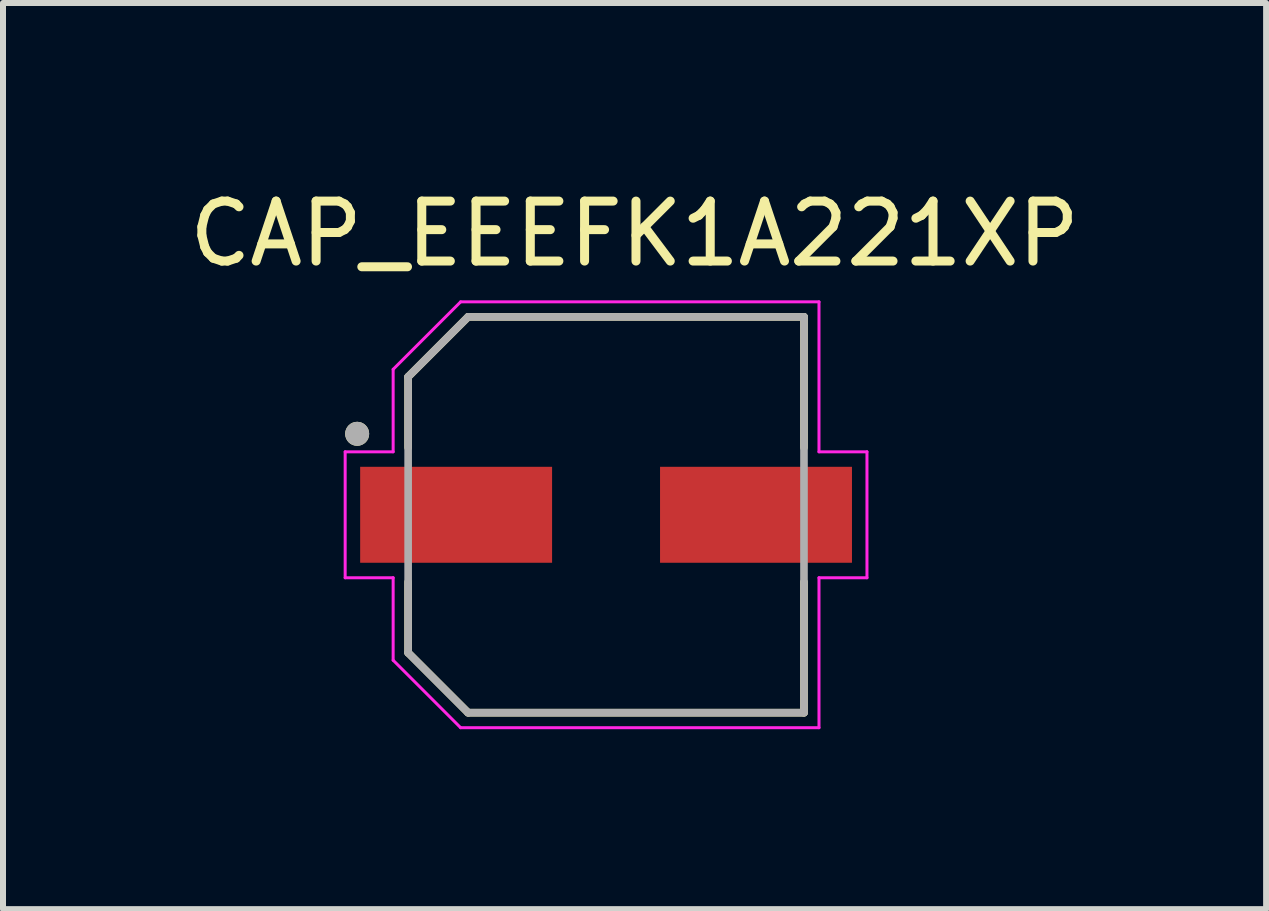
<source format=kicad_pcb>
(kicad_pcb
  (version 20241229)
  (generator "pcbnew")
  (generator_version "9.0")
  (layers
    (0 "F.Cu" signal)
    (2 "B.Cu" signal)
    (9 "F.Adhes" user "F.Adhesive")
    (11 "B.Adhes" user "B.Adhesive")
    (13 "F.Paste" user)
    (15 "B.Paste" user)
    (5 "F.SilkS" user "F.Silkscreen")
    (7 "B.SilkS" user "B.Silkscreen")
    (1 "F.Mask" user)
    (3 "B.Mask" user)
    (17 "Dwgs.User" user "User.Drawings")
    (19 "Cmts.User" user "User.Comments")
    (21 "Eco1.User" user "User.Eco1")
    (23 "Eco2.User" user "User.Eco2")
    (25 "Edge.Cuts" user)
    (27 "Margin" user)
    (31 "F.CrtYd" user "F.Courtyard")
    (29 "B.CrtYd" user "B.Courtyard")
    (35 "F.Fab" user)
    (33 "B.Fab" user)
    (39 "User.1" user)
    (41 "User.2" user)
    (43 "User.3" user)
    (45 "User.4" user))
  (footprint "CAP_EEEFK1A221XP"
    (layer "F.Cu")
    (at 7.055 5.533)
    (property "Reference" "CAP_EEEFK1A221XP" (at 0.475 -4.685 0) (layer "F.SilkS") (effects (font (size 1 1) (thickness 0.15))))
    (attr smd)
    (fp_line (start -3.3 -2.3) (end -3.3 -1.12) (stroke (width 0.127) (type solid)) (layer "F.SilkS"))
    (fp_line (start -3.3 1.12) (end -3.3 2.3) (stroke (width 0.127) (type solid)) (layer "F.SilkS"))
    (fp_line (start -3.3 2.3) (end -2.3 3.3) (stroke (width 0.127) (type solid)) (layer "F.SilkS"))
    (fp_line (start -2.3 -3.3) (end -3.3 -2.3) (stroke (width 0.127) (type solid)) (layer "F.SilkS"))
    (fp_line (start -2.3 3.3) (end 3.3 3.3) (stroke (width 0.127) (type solid)) (layer "F.SilkS"))
    (fp_line (start 3.3 -3.3) (end -2.3 -3.3) (stroke (width 0.127) (type solid)) (layer "F.SilkS"))
    (fp_line (start 3.3 -1.12) (end 3.3 -3.3) (stroke (width 0.127) (type solid)) (layer "F.SilkS"))
    (fp_line (start 3.3 3.3) (end 3.3 1.12) (stroke (width 0.127) (type solid)) (layer "F.SilkS"))
    (fp_circle (center -4.15 -1.35) (end -4.05 -1.35) (stroke (width 0.2) (type solid)) (fill no) (layer "F.SilkS"))
    (fp_line (start -4.35 -1.05) (end -3.55 -1.05) (stroke (width 0.05) (type solid)) (layer "F.CrtYd"))
    (fp_line (start -4.35 1.05) (end -4.35 -1.05) (stroke (width 0.05) (type solid)) (layer "F.CrtYd"))
    (fp_line (start -3.55 -2.425) (end -2.425 -3.55) (stroke (width 0.05) (type solid)) (layer "F.CrtYd"))
    (fp_line (start -3.55 -1.05) (end -3.55 -2.425) (stroke (width 0.05) (type solid)) (layer "F.CrtYd"))
    (fp_line (start -3.55 1.05) (end -4.35 1.05) (stroke (width 0.05) (type solid)) (layer "F.CrtYd"))
    (fp_line (start -3.55 2.425) (end -3.55 1.05) (stroke (width 0.05) (type solid)) (layer "F.CrtYd"))
    (fp_line (start -2.425 -3.55) (end 3.55 -3.55) (stroke (width 0.05) (type solid)) (layer "F.CrtYd"))
    (fp_line (start -2.425 3.55) (end -3.55 2.425) (stroke (width 0.05) (type solid)) (layer "F.CrtYd"))
    (fp_line (start 3.55 -3.55) (end 3.55 -1.05) (stroke (width 0.05) (type solid)) (layer "F.CrtYd"))
    (fp_line (start 3.55 -1.05) (end 4.35 -1.05) (stroke (width 0.05) (type solid)) (layer "F.CrtYd"))
    (fp_line (start 3.55 1.05) (end 3.55 3.55) (stroke (width 0.05) (type solid)) (layer "F.CrtYd"))
    (fp_line (start 3.55 3.55) (end -2.425 3.55) (stroke (width 0.05) (type solid)) (layer "F.CrtYd"))
    (fp_line (start 4.35 -1.05) (end 4.35 1.05) (stroke (width 0.05) (type solid)) (layer "F.CrtYd"))
    (fp_line (start 4.35 1.05) (end 3.55 1.05) (stroke (width 0.05) (type solid)) (layer "F.CrtYd"))
    (fp_line (start -3.3 -2.3) (end -3.3 2.3) (stroke (width 0.127) (type solid)) (layer "F.Fab"))
    (fp_line (start -3.3 2.3) (end -2.3 3.3) (stroke (width 0.127) (type solid)) (layer "F.Fab"))
    (fp_line (start -2.3 -3.3) (end -3.3 -2.3) (stroke (width 0.127) (type solid)) (layer "F.Fab"))
    (fp_line (start -2.3 3.3) (end 3.3 3.3) (stroke (width 0.127) (type solid)) (layer "F.Fab"))
    (fp_line (start 3.3 -3.3) (end -2.3 -3.3) (stroke (width 0.127) (type solid)) (layer "F.Fab"))
    (fp_line (start 3.3 3.3) (end 3.3 -3.3) (stroke (width 0.127) (type solid)) (layer "F.Fab"))
    (fp_circle (center -4.15 -1.35) (end -4.05 -1.35) (stroke (width 0.2) (type solid)) (fill no) (layer "F.Fab"))
    (pad "1" smd rect (at -2.5 0) (size 3.2 1.6) (layers "F.Cu" "F.Mask" "F.Paste"))
    (pad "2" smd rect (at 2.5 0) (size 3.2 1.6) (layers "F.Cu" "F.Mask" "F.Paste")))
  (gr_rect
    (start -3 -3)
    (end 18.06 12.108)
    (stroke (width 0.1) (type default))
    (fill no)
    (layer "Edge.Cuts")))
</source>
